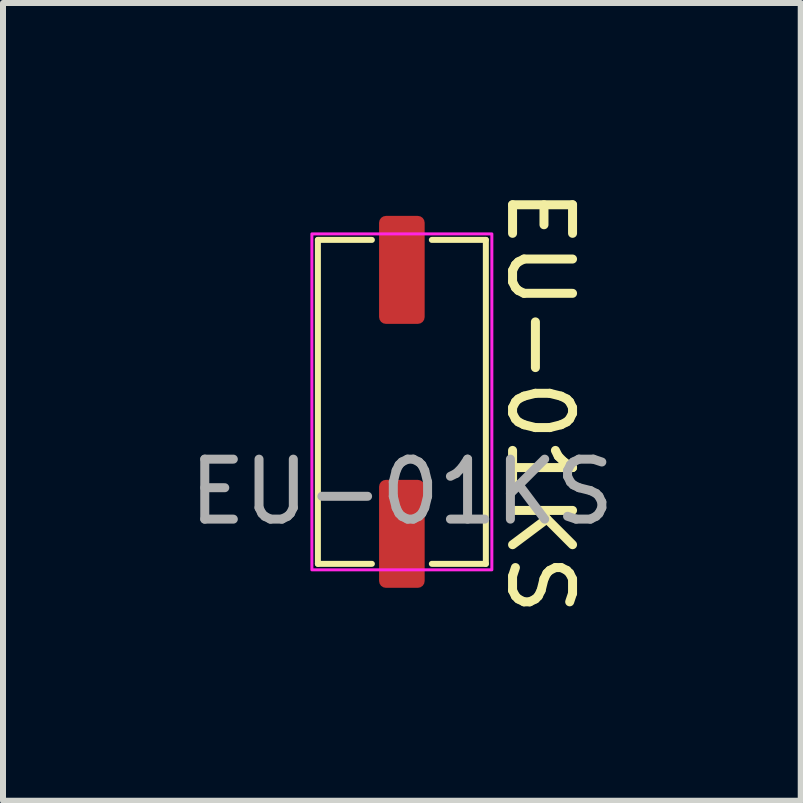
<source format=kicad_pcb>
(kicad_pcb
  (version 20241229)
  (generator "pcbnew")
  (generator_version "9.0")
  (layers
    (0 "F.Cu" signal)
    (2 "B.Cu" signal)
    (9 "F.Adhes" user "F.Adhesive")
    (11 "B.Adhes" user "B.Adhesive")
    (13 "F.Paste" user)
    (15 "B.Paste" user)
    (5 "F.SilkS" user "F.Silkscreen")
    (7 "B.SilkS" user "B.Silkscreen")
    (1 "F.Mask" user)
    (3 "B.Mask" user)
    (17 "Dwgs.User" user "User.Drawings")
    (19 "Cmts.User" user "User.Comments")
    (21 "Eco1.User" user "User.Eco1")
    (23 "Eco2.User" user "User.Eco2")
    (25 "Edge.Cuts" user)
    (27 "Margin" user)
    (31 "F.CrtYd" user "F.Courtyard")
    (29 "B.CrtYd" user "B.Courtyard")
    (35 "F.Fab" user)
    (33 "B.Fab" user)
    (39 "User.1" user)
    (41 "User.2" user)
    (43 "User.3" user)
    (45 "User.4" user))
  (footprint "EU-01KS"
    (layer "F.Cu")
    (at 3.649 3.649)
    (property "Reference" "EU-01KS" (at 2.3 0 270) (unlocked yes) (layer "F.SilkS") (effects (font (size 1 1) (thickness 0.15))))
    (attr smd)
    (fp_line (start -1.4 -2.7) (end -1.4 2.7) (stroke (width 0.1) (type default)) (layer "F.SilkS"))
    (fp_line (start -1.4 2.7) (end -0.5 2.7) (stroke (width 0.1) (type default)) (layer "F.SilkS"))
    (fp_line (start -0.5 -2.7) (end -1.4 -2.7) (stroke (width 0.1) (type default)) (layer "F.SilkS"))
    (fp_line (start 0.5 2.7) (end 1.4 2.7) (stroke (width 0.1) (type default)) (layer "F.SilkS"))
    (fp_line (start 1.4 -2.7) (end 0.5 -2.7) (stroke (width 0.1) (type default)) (layer "F.SilkS"))
    (fp_line (start 1.4 2.7) (end 1.4 -2.7) (stroke (width 0.1) (type default)) (layer "F.SilkS"))
    (fp_rect (start -1.5 -2.8) (end 1.5 2.8) (stroke (width 0.05) (type solid)) (fill no) (layer "F.CrtYd"))
    (fp_text user "${REFERENCE}" (at 0 1.5 0) (unlocked yes) (layer "F.Fab") (effects (font (size 1 1) (thickness 0.15))))
    (pad "1" smd roundrect (at 0 2.2) (size 0.76 1.8) (layers "F.Cu" "F.Mask" "F.Paste") (roundrect_rratio 0.15))
    (pad "2" smd roundrect (at 0 -2.2) (size 0.76 1.8) (layers "F.Cu" "F.Mask" "F.Paste") (roundrect_rratio 0.15)))
  (gr_rect
    (start -3 -3)
    (end 10.298 10.298)
    (stroke (width 0.1) (type default))
    (fill no)
    (layer "Edge.Cuts")))
</source>
